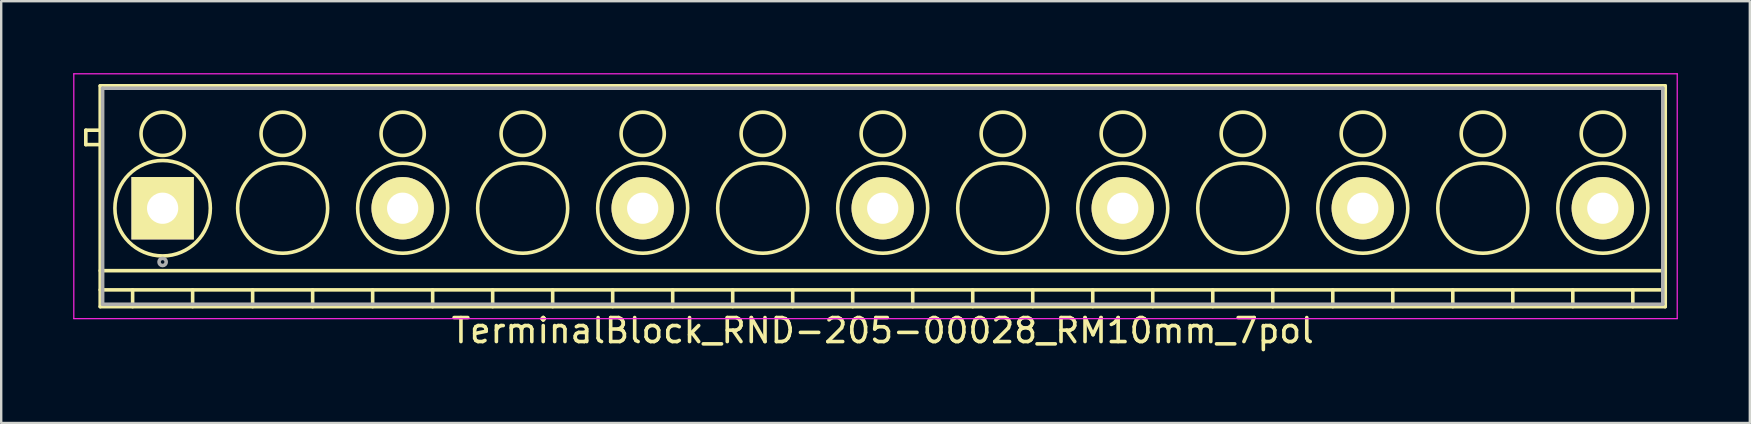
<source format=kicad_pcb>
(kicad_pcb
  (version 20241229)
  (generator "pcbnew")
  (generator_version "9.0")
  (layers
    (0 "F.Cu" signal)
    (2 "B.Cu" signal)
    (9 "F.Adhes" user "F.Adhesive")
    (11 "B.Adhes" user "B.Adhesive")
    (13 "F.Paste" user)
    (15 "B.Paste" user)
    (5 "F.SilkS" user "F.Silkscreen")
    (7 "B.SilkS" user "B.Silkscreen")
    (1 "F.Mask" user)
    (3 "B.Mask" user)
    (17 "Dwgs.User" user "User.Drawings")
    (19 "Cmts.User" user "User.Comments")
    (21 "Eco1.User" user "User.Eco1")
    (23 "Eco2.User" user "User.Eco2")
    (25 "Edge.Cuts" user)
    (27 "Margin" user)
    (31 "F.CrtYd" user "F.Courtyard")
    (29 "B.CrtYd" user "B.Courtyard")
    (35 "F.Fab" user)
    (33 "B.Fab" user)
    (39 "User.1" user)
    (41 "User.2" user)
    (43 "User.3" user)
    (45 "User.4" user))
  (footprint "TerminalBlock_RND-205-00028_RM10mm_7pol"
    (layer "F.Cu")
    (at 3.725 5.625)
    (property "Reference" "TerminalBlock_RND-205-00028_RM10mm_7pol" (at 30 5.1 0) (layer "F.SilkS") (effects (font (size 1 1) (thickness 0.15))))
    (attr through_hole)
    (fp_line (start -3.2 -3.25) (end -3.2 -2.65) (stroke (width 0.15) (type solid)) (layer "F.SilkS"))
    (fp_line (start -3.2 -2.65) (end -2.6 -2.65) (stroke (width 0.15) (type solid)) (layer "F.SilkS"))
    (fp_line (start -2.6 -5.1) (end 62.6 -5.1) (stroke (width 0.15) (type solid)) (layer "F.SilkS"))
    (fp_line (start -2.6 -3.25) (end -3.2 -3.25) (stroke (width 0.15) (type solid)) (layer "F.SilkS"))
    (fp_line (start -2.6 2.6) (end 62.6 2.6) (stroke (width 0.15) (type solid)) (layer "F.SilkS"))
    (fp_line (start -2.6 3.4) (end 62.6 3.4) (stroke (width 0.15) (type solid)) (layer "F.SilkS"))
    (fp_line (start -2.6 4.1) (end -2.6 -5.1) (stroke (width 0.15) (type solid)) (layer "F.SilkS"))
    (fp_line (start -1.25 3.4) (end -1.25 4.1) (stroke (width 0.15) (type solid)) (layer "F.SilkS"))
    (fp_line (start 1.25 3.4) (end 1.25 4.1) (stroke (width 0.15) (type solid)) (layer "F.SilkS"))
    (fp_line (start 3.75 3.4) (end 3.75 4.1) (stroke (width 0.15) (type solid)) (layer "F.SilkS"))
    (fp_line (start 6.25 3.4) (end 6.25 4.1) (stroke (width 0.15) (type solid)) (layer "F.SilkS"))
    (fp_line (start 8.75 3.4) (end 8.75 4.1) (stroke (width 0.15) (type solid)) (layer "F.SilkS"))
    (fp_line (start 11.25 3.4) (end 11.25 4.1) (stroke (width 0.15) (type solid)) (layer "F.SilkS"))
    (fp_line (start 13.75 3.4) (end 13.75 4.1) (stroke (width 0.15) (type solid)) (layer "F.SilkS"))
    (fp_line (start 16.25 3.4) (end 16.25 4.1) (stroke (width 0.15) (type solid)) (layer "F.SilkS"))
    (fp_line (start 18.75 3.4) (end 18.75 4.1) (stroke (width 0.15) (type solid)) (layer "F.SilkS"))
    (fp_line (start 21.25 3.4) (end 21.25 4.1) (stroke (width 0.15) (type solid)) (layer "F.SilkS"))
    (fp_line (start 23.75 3.4) (end 23.75 4.1) (stroke (width 0.15) (type solid)) (layer "F.SilkS"))
    (fp_line (start 26.25 3.4) (end 26.25 4.1) (stroke (width 0.15) (type solid)) (layer "F.SilkS"))
    (fp_line (start 28.75 3.4) (end 28.75 4.1) (stroke (width 0.15) (type solid)) (layer "F.SilkS"))
    (fp_line (start 31.25 3.4) (end 31.25 4.1) (stroke (width 0.15) (type solid)) (layer "F.SilkS"))
    (fp_line (start 33.75 3.4) (end 33.75 4.1) (stroke (width 0.15) (type solid)) (layer "F.SilkS"))
    (fp_line (start 36.25 3.4) (end 36.25 4.1) (stroke (width 0.15) (type solid)) (layer "F.SilkS"))
    (fp_line (start 38.75 3.4) (end 38.75 4.1) (stroke (width 0.15) (type solid)) (layer "F.SilkS"))
    (fp_line (start 41.25 3.4) (end 41.25 4.1) (stroke (width 0.15) (type solid)) (layer "F.SilkS"))
    (fp_line (start 43.75 3.4) (end 43.75 4.1) (stroke (width 0.15) (type solid)) (layer "F.SilkS"))
    (fp_line (start 46.25 3.4) (end 46.25 4.1) (stroke (width 0.15) (type solid)) (layer "F.SilkS"))
    (fp_line (start 48.75 3.4) (end 48.75 4.1) (stroke (width 0.15) (type solid)) (layer "F.SilkS"))
    (fp_line (start 51.25 3.4) (end 51.25 4.1) (stroke (width 0.15) (type solid)) (layer "F.SilkS"))
    (fp_line (start 53.75 3.4) (end 53.75 4.1) (stroke (width 0.15) (type solid)) (layer "F.SilkS"))
    (fp_line (start 56.25 3.4) (end 56.25 4.1) (stroke (width 0.15) (type solid)) (layer "F.SilkS"))
    (fp_line (start 58.75 3.4) (end 58.75 4.1) (stroke (width 0.15) (type solid)) (layer "F.SilkS"))
    (fp_line (start 61.25 3.4) (end 61.25 4.1) (stroke (width 0.15) (type solid)) (layer "F.SilkS"))
    (fp_line (start 62.6 -5.1) (end 62.6 4.1) (stroke (width 0.15) (type solid)) (layer "F.SilkS"))
    (fp_line (start 62.6 4.1) (end -2.6 4.1) (stroke (width 0.15) (type solid)) (layer "F.SilkS"))
    (fp_circle (center 0 -3.1) (end -0.9 -3.1) (stroke (width 0.15) (type solid)) (fill no) (layer "F.SilkS"))
    (fp_circle (center 0 0) (end -1.988 0) (stroke (width 0.15) (type solid)) (fill no) (layer "F.SilkS"))
    (fp_circle (center 5 -3.1) (end 4.1 -3.1) (stroke (width 0.15) (type solid)) (fill no) (layer "F.SilkS"))
    (fp_circle (center 5 0) (end 3.125 0) (stroke (width 0.15) (type solid)) (fill no) (layer "F.SilkS"))
    (fp_circle (center 10 -3.1) (end 9.1 -3.1) (stroke (width 0.15) (type solid)) (fill no) (layer "F.SilkS"))
    (fp_circle (center 10 0) (end 8.125 0) (stroke (width 0.15) (type solid)) (fill no) (layer "F.SilkS"))
    (fp_circle (center 15 -3.1) (end 14.1 -3.1) (stroke (width 0.15) (type solid)) (fill no) (layer "F.SilkS"))
    (fp_circle (center 15 0) (end 13.125 0) (stroke (width 0.15) (type solid)) (fill no) (layer "F.SilkS"))
    (fp_circle (center 20 -3.1) (end 19.1 -3.1) (stroke (width 0.15) (type solid)) (fill no) (layer "F.SilkS"))
    (fp_circle (center 20 0) (end 18.125 0) (stroke (width 0.15) (type solid)) (fill no) (layer "F.SilkS"))
    (fp_circle (center 25 -3.1) (end 24.1 -3.1) (stroke (width 0.15) (type solid)) (fill no) (layer "F.SilkS"))
    (fp_circle (center 25 0) (end 23.125 0) (stroke (width 0.15) (type solid)) (fill no) (layer "F.SilkS"))
    (fp_circle (center 30 -3.1) (end 29.1 -3.1) (stroke (width 0.15) (type solid)) (fill no) (layer "F.SilkS"))
    (fp_circle (center 30 0) (end 28.125 0) (stroke (width 0.15) (type solid)) (fill no) (layer "F.SilkS"))
    (fp_circle (center 35 -3.1) (end 34.1 -3.1) (stroke (width 0.15) (type solid)) (fill no) (layer "F.SilkS"))
    (fp_circle (center 35 0) (end 33.125 0) (stroke (width 0.15) (type solid)) (fill no) (layer "F.SilkS"))
    (fp_circle (center 40 -3.1) (end 39.1 -3.1) (stroke (width 0.15) (type solid)) (fill no) (layer "F.SilkS"))
    (fp_circle (center 40 0) (end 38.125 0) (stroke (width 0.15) (type solid)) (fill no) (layer "F.SilkS"))
    (fp_circle (center 45 -3.1) (end 44.1 -3.1) (stroke (width 0.15) (type solid)) (fill no) (layer "F.SilkS"))
    (fp_circle (center 45 0) (end 43.125 0) (stroke (width 0.15) (type solid)) (fill no) (layer "F.SilkS"))
    (fp_circle (center 50 -3.1) (end 49.1 -3.1) (stroke (width 0.15) (type solid)) (fill no) (layer "F.SilkS"))
    (fp_circle (center 50 0) (end 48.125 0) (stroke (width 0.15) (type solid)) (fill no) (layer "F.SilkS"))
    (fp_circle (center 55 -3.1) (end 54.1 -3.1) (stroke (width 0.15) (type solid)) (fill no) (layer "F.SilkS"))
    (fp_circle (center 55 0) (end 53.125 0) (stroke (width 0.15) (type solid)) (fill no) (layer "F.SilkS"))
    (fp_circle (center 60 -3.1) (end 59.1 -3.1) (stroke (width 0.15) (type solid)) (fill no) (layer "F.SilkS"))
    (fp_circle (center 60 0) (end 58.125 0) (stroke (width 0.15) (type solid)) (fill no) (layer "F.SilkS"))
    (fp_line (start -3.7 -5.6) (end 63.1 -5.6) (stroke (width 0.05) (type solid)) (layer "F.CrtYd"))
    (fp_line (start -3.7 4.6) (end -3.7 -5.6) (stroke (width 0.05) (type solid)) (layer "F.CrtYd"))
    (fp_line (start 63.1 -5.6) (end 63.1 4.6) (stroke (width 0.05) (type solid)) (layer "F.CrtYd"))
    (fp_line (start 63.1 4.6) (end -3.7 4.6) (stroke (width 0.05) (type solid)) (layer "F.CrtYd"))
    (fp_line (start -2.5 -5) (end 62.5 -5) (stroke (width 0.15) (type solid)) (layer "F.Fab"))
    (fp_line (start -2.5 4) (end -2.5 -5) (stroke (width 0.15) (type solid)) (layer "F.Fab"))
    (fp_line (start 62.5 -5) (end 62.5 4) (stroke (width 0.15) (type solid)) (layer "F.Fab"))
    (fp_line (start 62.5 4) (end -2.5 4) (stroke (width 0.15) (type solid)) (layer "F.Fab"))
    (fp_circle (center 0 2.238) (end -0.15 2.238) (stroke (width 0.15) (type solid)) (fill no) (layer "F.Fab"))
    (pad "1" thru_hole rect (at 0 0) (size 2.6 2.6) (drill 1.3) (layers "*.Cu" "*.Mask" "F.SilkS"))
    (pad "2" thru_hole circle (at 10 0) (size 2.6 2.6) (drill 1.3) (layers "*.Cu" "*.Mask" "F.SilkS"))
    (pad "3" thru_hole circle (at 20 0) (size 2.6 2.6) (drill 1.3) (layers "*.Cu" "*.Mask" "F.SilkS"))
    (pad "4" thru_hole circle (at 30 0) (size 2.6 2.6) (drill 1.3) (layers "*.Cu" "*.Mask" "F.SilkS"))
    (pad "5" thru_hole circle (at 40 0) (size 2.6 2.6) (drill 1.3) (layers "*.Cu" "*.Mask" "F.SilkS"))
    (pad "6" thru_hole circle (at 50 0) (size 2.6 2.6) (drill 1.3) (layers "*.Cu" "*.Mask" "F.SilkS"))
    (pad "7" thru_hole circle (at 60 0) (size 2.6 2.6) (drill 1.3) (layers "*.Cu" "*.Mask" "F.SilkS")))
  (gr_rect
    (start -3 -3)
    (end 69.85 14.573)
    (stroke (width 0.1) (type default))
    (fill no)
    (layer "Edge.Cuts")))
</source>
